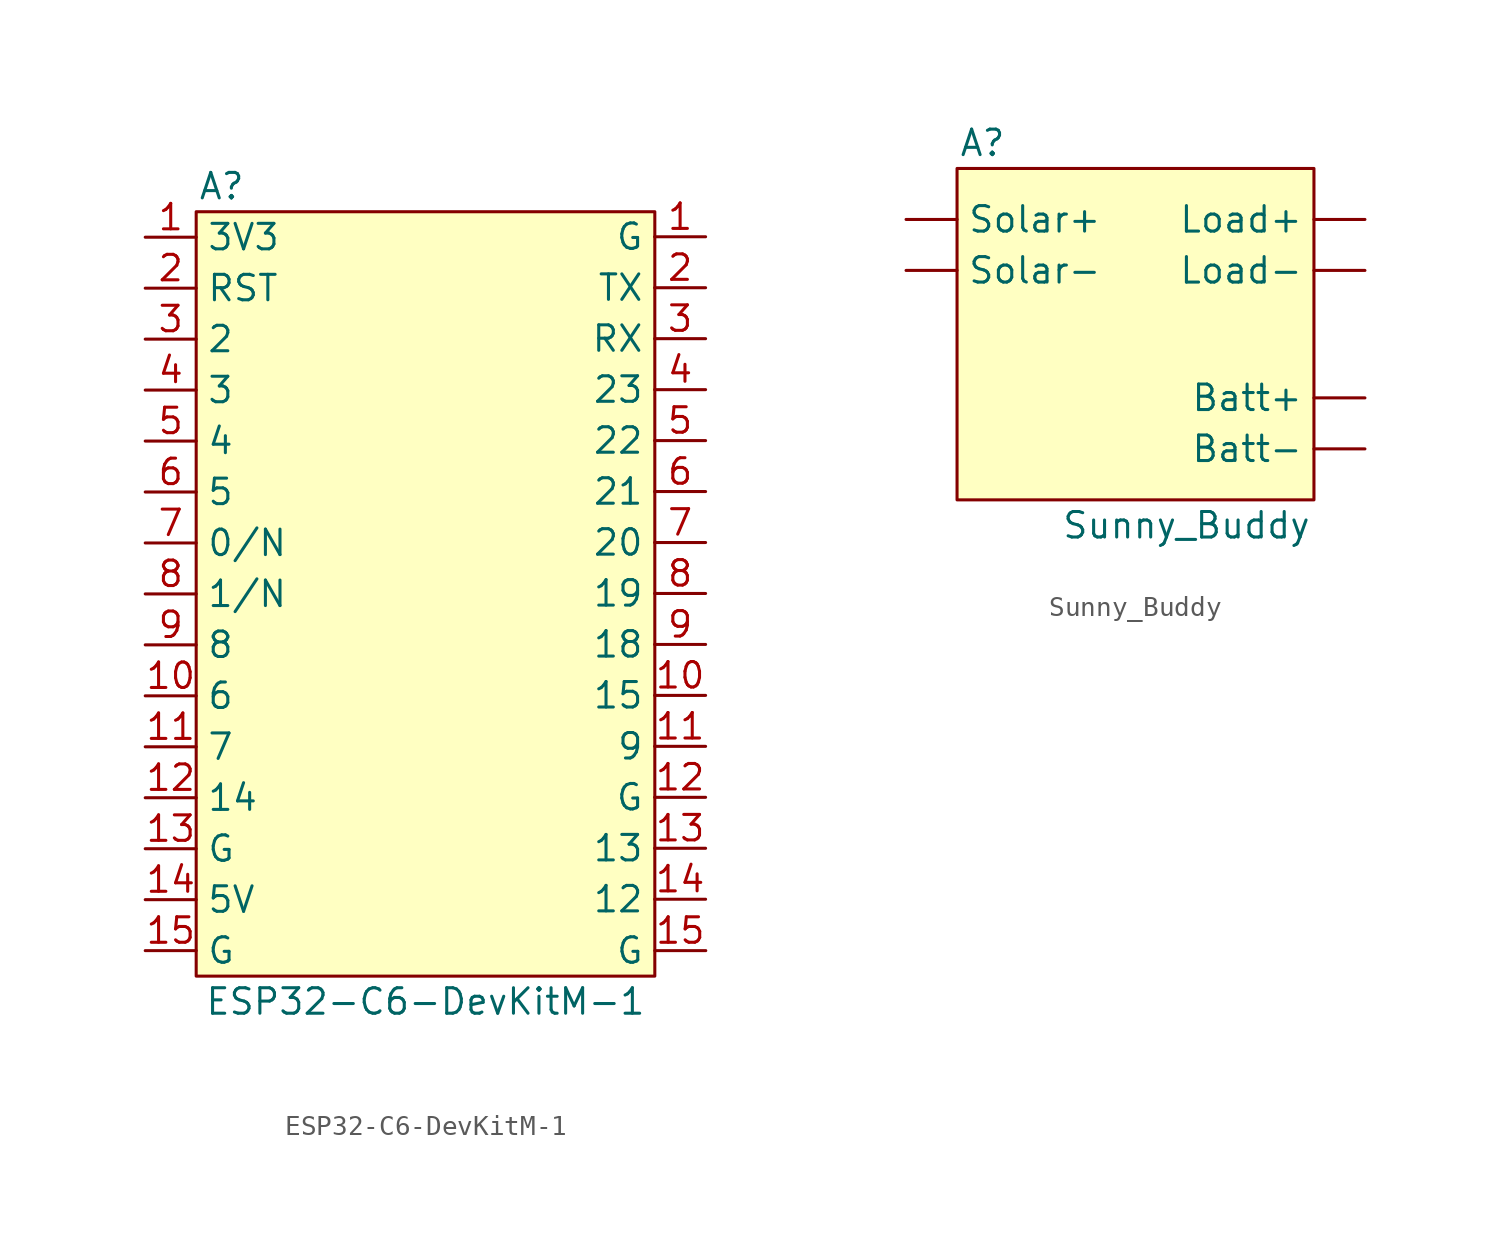
<source format=kicad_sym>
(kicad_symbol_lib
  (version 20220914)
  (generator kicad_symbol_editor)
  (symbol "ESP32-C6-DevKitM-1"
    (property "Reference" "A"
      (at -10.16 20.32 0)
      (effects (font (size 1.27 1.27))))
    (property "Value" "ESP32-C6-DevKitM-1"
      (at 0 -20.32 0)
      (effects (font (size 1.27 1.27))))
    (symbol "ESP32-C6-DevKitM-1_1_1"
      (rectangle (start -11.43 19.05) (end 11.43 -19.05) (stroke (width 0) (type default)) (fill (type background)))
      (pin power_out line (at -13.97 17.78 0) (length 2.54) (name "3V3" (effects (font (size 1.27 1.27)))) (number "1" (effects (font (size 1.27 1.27)))))
      (pin power_in line (at 13.961 17.802 180) (length 2.54) (name "G" (effects (font (size 1.27 1.27)))) (number "1" (effects (font (size 1.27 1.27)))))
      (pin tri_state line (at 13.961 -5.058 180) (length 2.54) (name "15" (effects (font (size 1.27 1.27)))) (number "10" (effects (font (size 1.27 1.27)))) (alternate "GPIO15" tri_state line))
      (pin tri_state line (at -13.97 -5.08 0) (length 2.54) (name "6" (effects (font (size 1.27 1.27)))) (number "10" (effects (font (size 1.27 1.27)))) (alternate "ADC1_CH6" tri_state line) (alternate "FSPICLK" tri_state line) (alternate "GPIO6" tri_state line) (alternate "LP_GPIO6" tri_state line) (alternate "LP_I2C_SDA" tri_state line) (alternate "MTCK" tri_state line))
      (pin tri_state line (at -13.97 -7.62 0) (length 2.54) (name "7" (effects (font (size 1.27 1.27)))) (number "11" (effects (font (size 1.27 1.27)))) (alternate "ADC1_CH6" tri_state line) (alternate "FSPICLK" tri_state line) (alternate "GPIO7" tri_state line) (alternate "LP_GPIO7" tri_state line) (alternate "LP_I2C_SDA" tri_state line) (alternate "MTDO" tri_state line))
      (pin tri_state line (at 13.961 -7.598 180) (length 2.54) (name "9" (effects (font (size 1.27 1.27)))) (number "11" (effects (font (size 1.27 1.27)))) (alternate "GPIO9" tri_state line))
      (pin tri_state line (at -13.97 -10.16 0) (length 2.54) (name "14" (effects (font (size 1.27 1.27)))) (number "12" (effects (font (size 1.27 1.27)))) (alternate "GPIO14" tri_state line))
      (pin power_in line (at 13.961 -10.138 180) (length 2.54) (name "G" (effects (font (size 1.27 1.27)))) (number "12" (effects (font (size 1.27 1.27)))))
      (pin tri_state line (at 13.961 -12.678 180) (length 2.54) (name "13" (effects (font (size 1.27 1.27)))) (number "13" (effects (font (size 1.27 1.27)))) (alternate "GPIO13" tri_state line) (alternate "USB_D+" tri_state line))
      (pin power_in line (at -13.97 -12.7 0) (length 2.54) (name "G" (effects (font (size 1.27 1.27)))) (number "13" (effects (font (size 1.27 1.27)))))
      (pin tri_state line (at 13.961 -15.218 180) (length 2.54) (name "12" (effects (font (size 1.27 1.27)))) (number "14" (effects (font (size 1.27 1.27)))) (alternate "GPIO12" tri_state line) (alternate "USB_D-" tri_state line))
      (pin power_out line (at -13.97 -15.24 0) (length 2.54) (name "5V" (effects (font (size 1.27 1.27)))) (number "14" (effects (font (size 1.27 1.27)))))
      (pin power_in line (at -13.97 -17.78 0) (length 2.54) (name "G" (effects (font (size 1.27 1.27)))) (number "15" (effects (font (size 1.27 1.27)))))
      (pin power_in line (at 13.97 -17.78 180) (length 2.54) (name "G" (effects (font (size 1.27 1.27)))) (number "15" (effects (font (size 1.27 1.27)))))
      (pin input line (at -13.97 15.24 0) (length 2.54) (name "RST" (effects (font (size 1.27 1.27)))) (number "2" (effects (font (size 1.27 1.27)))))
      (pin tri_state line (at 13.961 15.262 180) (length 2.54) (name "TX" (effects (font (size 1.27 1.27)))) (number "2" (effects (font (size 1.27 1.27)))) (alternate "FSPICS0" tri_state line) (alternate "GPIO16" tri_state line) (alternate "U0TXD" tri_state line))
      (pin tri_state line (at -13.97 12.7 0) (length 2.54) (name "2" (effects (font (size 1.27 1.27)))) (number "3" (effects (font (size 1.27 1.27)))) (alternate "ADC1CH2" tri_state line) (alternate "FSPIQ" tri_state line) (alternate "GPIO2" tri_state line) (alternate "LP_GPIO2" tri_state line) (alternate "LP_UART_RTSN" tri_state line))
      (pin tri_state line (at 13.961 12.722 180) (length 2.54) (name "RX" (effects (font (size 1.27 1.27)))) (number "3" (effects (font (size 1.27 1.27)))) (alternate "FSPICS1" tri_state line) (alternate "GPIO17" tri_state line) (alternate "U0RXD" tri_state line))
      (pin tri_state line (at 13.961 10.182 180) (length 2.54) (name "23" (effects (font (size 1.27 1.27)))) (number "4" (effects (font (size 1.27 1.27)))) (alternate "GPIO23" tri_state line) (alternate "SDIO_DATA3" tri_state line))
      (pin tri_state line (at -13.97 10.16 0) (length 2.54) (name "3" (effects (font (size 1.27 1.27)))) (number "4" (effects (font (size 1.27 1.27)))) (alternate "ADC1_CH3" tri_state line) (alternate "GPIO3" tri_state line) (alternate "LP_GPIO3" tri_state line) (alternate "LP_UART_CTSN" tri_state line))
      (pin tri_state line (at 13.961 7.642 180) (length 2.54) (name "22" (effects (font (size 1.27 1.27)))) (number "5" (effects (font (size 1.27 1.27)))) (alternate "GPIO22" tri_state line) (alternate "SDIO_DATA3" tri_state line))
      (pin tri_state line (at -13.97 7.62 0) (length 2.54) (name "4" (effects (font (size 1.27 1.27)))) (number "5" (effects (font (size 1.27 1.27)))) (alternate "ADC1_CH4" tri_state line) (alternate "FSPIHD" tri_state line) (alternate "GPIO4" tri_state line) (alternate "LP_GPIO4" tri_state line) (alternate "LP_UART_RXD" tri_state line) (alternate "MTMS" tri_state line))
      (pin tri_state line (at 13.961 5.102 180) (length 2.54) (name "21" (effects (font (size 1.27 1.27)))) (number "6" (effects (font (size 1.27 1.27)))) (alternate "FSPICS5" tri_state line) (alternate "GPIO21" tri_state line) (alternate "SDIO_DATA1" tri_state line))
      (pin tri_state line (at -13.97 5.08 0) (length 2.54) (name "5" (effects (font (size 1.27 1.27)))) (number "6" (effects (font (size 1.27 1.27)))) (alternate "ADC1_CH5" tri_state line) (alternate "FSPIWP" tri_state line) (alternate "GPIO5" tri_state line) (alternate "LP_GPIO5" tri_state line) (alternate "LP_UART_TXD" tri_state line) (alternate "MTDI" tri_state line))
      (pin tri_state line (at -13.97 2.54 0) (length 2.54) (name "0/N" (effects (font (size 1.27 1.27)))) (number "7" (effects (font (size 1.27 1.27)))) (alternate "ADC1_CH0" tri_state line) (alternate "GPIO0" tri_state line) (alternate "LP_GPIO0" tri_state line) (alternate "LP_UART_DTRN" tri_state line) (alternate "XTAL_32K_P" tri_state line))
      (pin tri_state line (at 13.961 2.562 180) (length 2.54) (name "20" (effects (font (size 1.27 1.27)))) (number "7" (effects (font (size 1.27 1.27)))) (alternate "FSPICS4" tri_state line) (alternate "GPIO20" tri_state line) (alternate "SDIO_DATA0" tri_state line))
      (pin tri_state line (at -13.97 0 0) (length 2.54) (name "1/N" (effects (font (size 1.27 1.27)))) (number "8" (effects (font (size 1.27 1.27)))) (alternate "ADC1_CH1" tri_state line) (alternate "GPIO1" tri_state line) (alternate "LP_GPIO1" tri_state line) (alternate "LP_UART_DSRN" tri_state line) (alternate "XTAL_32K_N" tri_state line))
      (pin tri_state line (at 13.961 0.022 180) (length 2.54) (name "19" (effects (font (size 1.27 1.27)))) (number "8" (effects (font (size 1.27 1.27)))) (alternate "FSPICS3" tri_state line) (alternate "GPIO19" tri_state line) (alternate "SDIO_CLK" tri_state line))
      (pin tri_state line (at 13.961 -2.518 180) (length 2.54) (name "18" (effects (font (size 1.27 1.27)))) (number "9" (effects (font (size 1.27 1.27)))) (alternate "FSPICS2" tri_state line) (alternate "GPIO18" tri_state line) (alternate "SDIO_CMD" tri_state line))
      (pin tri_state line (at -13.97 -2.54 0) (length 2.54) (name "8" (effects (font (size 1.27 1.27)))) (number "9" (effects (font (size 1.27 1.27)))) (alternate "GPIO8" tri_state line))))
  (symbol "Sunny_Buddy"
    (property "Reference" "A"
      (at -7.62 8.89 0)
      (effects (font (size 1.27 1.27))))
    (property "Value" "Sunny_Buddy"
      (at 2.54 -10.16 0)
      (effects (font (size 1.27 1.27))))
    (symbol "Sunny_Buddy_1_1"
      (rectangle (start -8.89 7.62) (end 8.89 -8.89) (stroke (width 0) (type default)) (fill (type background)))
      (pin power_out line (at 11.43 -3.81 180) (length 2.54) (name "Batt+" (effects (font (size 1.27 1.27)))) (number "" (effects (font (size 1.27 1.27)))))
      (pin power_out line (at 11.43 -6.35 180) (length 2.54) (name "Batt-" (effects (font (size 1.27 1.27)))) (number "" (effects (font (size 1.27 1.27)))))
      (pin power_out line (at 11.43 5.08 180) (length 2.54) (name "Load+" (effects (font (size 1.27 1.27)))) (number "" (effects (font (size 1.27 1.27)))))
      (pin power_out line (at 11.43 2.54 180) (length 2.54) (name "Load-" (effects (font (size 1.27 1.27)))) (number "" (effects (font (size 1.27 1.27)))))
      (pin power_in line (at -11.43 5.08 0) (length 2.54) (name "Solar+" (effects (font (size 1.27 1.27)))) (number "" (effects (font (size 1.27 1.27)))))
      (pin power_in line (at -11.43 2.54 0) (length 2.54) (name "Solar-" (effects (font (size 1.27 1.27)))) (number "" (effects (font (size 1.27 1.27))))))))
</source>
